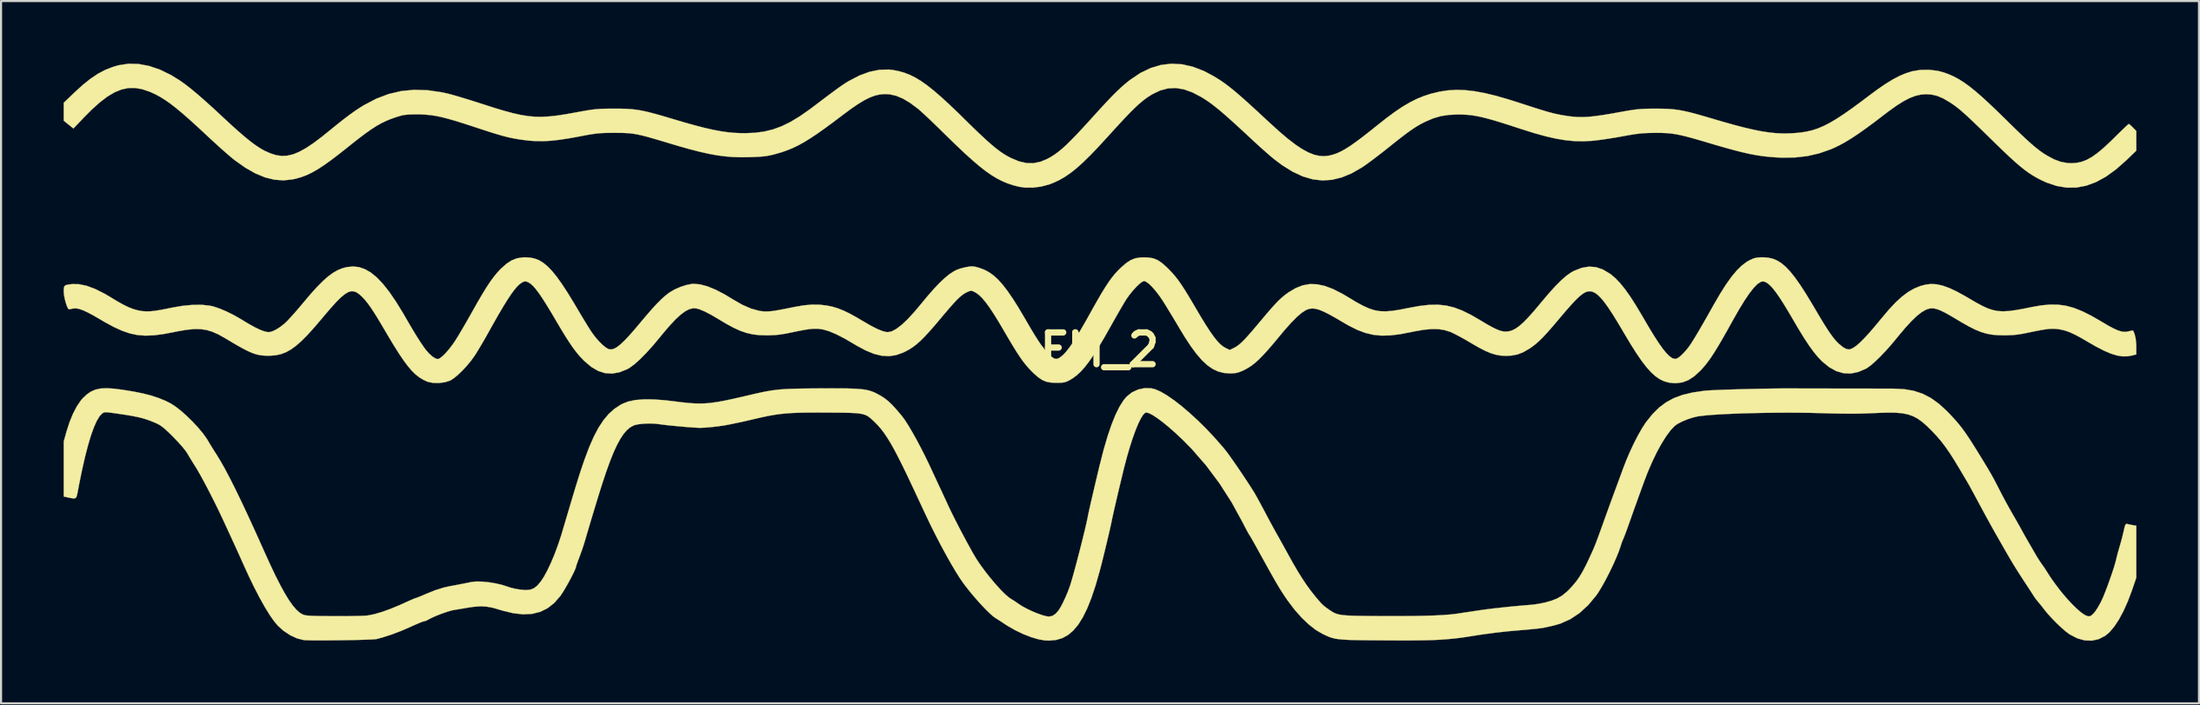
<source format=kicad_pcb>
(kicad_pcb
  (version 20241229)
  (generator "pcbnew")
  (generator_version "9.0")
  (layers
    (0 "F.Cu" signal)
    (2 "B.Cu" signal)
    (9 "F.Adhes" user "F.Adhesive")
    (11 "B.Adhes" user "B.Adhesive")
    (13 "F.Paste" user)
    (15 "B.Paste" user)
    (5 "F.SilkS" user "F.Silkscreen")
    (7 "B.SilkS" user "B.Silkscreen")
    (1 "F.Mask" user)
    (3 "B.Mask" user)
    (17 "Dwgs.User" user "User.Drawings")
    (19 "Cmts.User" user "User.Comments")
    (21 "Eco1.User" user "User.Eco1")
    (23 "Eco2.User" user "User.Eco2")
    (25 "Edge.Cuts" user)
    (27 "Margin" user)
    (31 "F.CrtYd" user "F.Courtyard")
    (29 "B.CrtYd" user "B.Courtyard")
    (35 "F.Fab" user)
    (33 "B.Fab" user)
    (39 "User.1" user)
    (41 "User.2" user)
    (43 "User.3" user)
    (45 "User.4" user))
  (footprint "FM_2"
    (layer "F.Cu")
    (at 49.646 13.72)
    (property "Reference" "FM_2" (at 0 0 0) (layer "F.SilkS") (effects (font (size 1.524 1.524) (thickness 0.3))))
    (attr through_hole)
    (fp_poly (pts (xy 3.957 -13.687) (xy 4.476 -13.569) (xy 5.006 -13.364) (xy 5.445 -13.132) (xy 5.632 -13.019) (xy 5.811 -12.904) (xy 5.99 -12.78) (xy 6.176 -12.641) (xy 6.378 -12.481) (xy 6.601 -12.294) (xy 6.855 -12.074) (xy 7.145 -11.814) (xy 7.479 -11.509) (xy 7.865 -11.152) (xy 8.16 -10.878) (xy 8.613 -10.467) (xy 9.018 -10.123) (xy 9.381 -9.843) (xy 9.709 -9.624) (xy 10.007 -9.462) (xy 10.282 -9.353) (xy 10.539 -9.295) (xy 10.786 -9.284) (xy 10.981 -9.306) (xy 11.17 -9.351) (xy 11.363 -9.416) (xy 11.566 -9.508) (xy 11.788 -9.631) (xy 12.039 -9.792) (xy 12.325 -9.994) (xy 12.655 -10.243) (xy 13.038 -10.544) (xy 13.287 -10.744) (xy 13.748 -11.108) (xy 14.161 -11.413) (xy 14.537 -11.665) (xy 14.889 -11.871) (xy 15.227 -12.039) (xy 15.563 -12.174) (xy 15.884 -12.277) (xy 16.284 -12.374) (xy 16.683 -12.436) (xy 17.09 -12.462) (xy 17.517 -12.449) (xy 17.972 -12.397) (xy 18.468 -12.306) (xy 19.013 -12.173) (xy 19.619 -11.998) (xy 20.074 -11.854) (xy 20.495 -11.717) (xy 20.842 -11.605) (xy 21.128 -11.515) (xy 21.364 -11.443) (xy 21.562 -11.387) (xy 21.732 -11.342) (xy 21.888 -11.306) (xy 22.04 -11.274) (xy 22.125 -11.258) (xy 22.41 -11.21) (xy 22.672 -11.177) (xy 22.925 -11.159) (xy 23.183 -11.157) (xy 23.46 -11.172) (xy 23.771 -11.205) (xy 24.13 -11.256) (xy 24.549 -11.326) (xy 24.932 -11.395) (xy 25.254 -11.453) (xy 25.514 -11.495) (xy 25.735 -11.525) (xy 25.944 -11.544) (xy 26.163 -11.555) (xy 26.42 -11.56) (xy 26.648 -11.561) (xy 26.964 -11.559) (xy 27.242 -11.55) (xy 27.5 -11.53) (xy 27.754 -11.497) (xy 28.018 -11.448) (xy 28.311 -11.38) (xy 28.647 -11.291) (xy 29.043 -11.177) (xy 29.277 -11.108) (xy 29.896 -10.927) (xy 30.441 -10.774) (xy 30.922 -10.649) (xy 31.35 -10.55) (xy 31.733 -10.474) (xy 32.083 -10.421) (xy 32.409 -10.387) (xy 32.72 -10.372) (xy 33.028 -10.374) (xy 33.311 -10.389) (xy 33.611 -10.417) (xy 33.892 -10.462) (xy 34.164 -10.526) (xy 34.434 -10.616) (xy 34.713 -10.735) (xy 35.008 -10.887) (xy 35.329 -11.078) (xy 35.684 -11.311) (xy 36.083 -11.591) (xy 36.534 -11.923) (xy 36.86 -12.17) (xy 37.292 -12.489) (xy 37.673 -12.75) (xy 38.015 -12.96) (xy 38.328 -13.125) (xy 38.624 -13.251) (xy 38.913 -13.344) (xy 38.947 -13.353) (xy 39.342 -13.419) (xy 39.768 -13.424) (xy 40.188 -13.37) (xy 40.453 -13.299) (xy 40.699 -13.21) (xy 40.937 -13.104) (xy 41.174 -12.977) (xy 41.419 -12.823) (xy 41.679 -12.636) (xy 41.962 -12.41) (xy 42.274 -12.139) (xy 42.624 -11.819) (xy 43.019 -11.443) (xy 43.413 -11.058) (xy 43.778 -10.698) (xy 44.09 -10.397) (xy 44.356 -10.145) (xy 44.585 -9.936) (xy 44.783 -9.763) (xy 44.96 -9.62) (xy 45.122 -9.498) (xy 45.279 -9.392) (xy 45.412 -9.309) (xy 45.755 -9.127) (xy 46.071 -9.011) (xy 46.382 -8.954) (xy 46.568 -8.946) (xy 46.82 -8.961) (xy 47.063 -9.012) (xy 47.304 -9.104) (xy 47.556 -9.243) (xy 47.826 -9.434) (xy 48.124 -9.684) (xy 48.46 -9.998) (xy 48.633 -10.168) (xy 48.832 -10.364) (xy 49.01 -10.538) (xy 49.157 -10.679) (xy 49.263 -10.778) (xy 49.32 -10.825) (xy 49.326 -10.828) (xy 49.371 -10.799) (xy 49.456 -10.724) (xy 49.521 -10.659) (xy 49.686 -10.49) (xy 49.686 -9.548) (xy 49.206 -9.085) (xy 48.715 -8.651) (xy 48.234 -8.303) (xy 47.76 -8.043) (xy 47.289 -7.869) (xy 46.82 -7.78) (xy 46.348 -7.776) (xy 45.871 -7.856) (xy 45.386 -8.019) (xy 45.125 -8.138) (xy 44.916 -8.247) (xy 44.717 -8.363) (xy 44.52 -8.492) (xy 44.316 -8.642) (xy 44.095 -8.819) (xy 43.851 -9.031) (xy 43.574 -9.284) (xy 43.257 -9.585) (xy 42.889 -9.941) (xy 42.734 -10.093) (xy 42.373 -10.447) (xy 42.066 -10.745) (xy 41.807 -10.993) (xy 41.587 -11.199) (xy 41.399 -11.368) (xy 41.236 -11.509) (xy 41.089 -11.627) (xy 40.951 -11.73) (xy 40.814 -11.824) (xy 40.736 -11.875) (xy 40.425 -12.056) (xy 40.144 -12.175) (xy 39.87 -12.238) (xy 39.615 -12.254) (xy 39.363 -12.236) (xy 39.107 -12.178) (xy 38.837 -12.076) (xy 38.542 -11.924) (xy 38.213 -11.718) (xy 37.841 -11.453) (xy 37.626 -11.29) (xy 37.153 -10.929) (xy 36.738 -10.622) (xy 36.371 -10.363) (xy 36.044 -10.145) (xy 35.747 -9.963) (xy 35.471 -9.812) (xy 35.208 -9.684) (xy 35.025 -9.606) (xy 34.482 -9.417) (xy 33.93 -9.29) (xy 33.351 -9.223) (xy 32.727 -9.212) (xy 32.417 -9.226) (xy 32.102 -9.25) (xy 31.797 -9.283) (xy 31.488 -9.329) (xy 31.164 -9.39) (xy 30.812 -9.469) (xy 30.419 -9.569) (xy 29.972 -9.692) (xy 29.459 -9.84) (xy 29.225 -9.91) (xy 28.785 -10.04) (xy 28.416 -10.146) (xy 28.106 -10.229) (xy 27.84 -10.292) (xy 27.605 -10.338) (xy 27.389 -10.37) (xy 27.176 -10.389) (xy 26.955 -10.398) (xy 26.711 -10.401) (xy 26.625 -10.4) (xy 26.351 -10.396) (xy 26.118 -10.387) (xy 25.9 -10.369) (xy 25.673 -10.341) (xy 25.412 -10.299) (xy 25.092 -10.242) (xy 25.044 -10.232) (xy 24.727 -10.176) (xy 24.395 -10.123) (xy 24.073 -10.075) (xy 23.79 -10.039) (xy 23.61 -10.02) (xy 23.193 -9.997) (xy 22.775 -10.005) (xy 22.344 -10.046) (xy 21.887 -10.121) (xy 21.391 -10.234) (xy 20.843 -10.385) (xy 20.23 -10.578) (xy 20.219 -10.581) (xy 19.711 -10.747) (xy 19.276 -10.886) (xy 18.904 -10.999) (xy 18.584 -11.088) (xy 18.306 -11.158) (xy 18.059 -11.209) (xy 17.832 -11.245) (xy 17.615 -11.267) (xy 17.398 -11.279) (xy 17.178 -11.282) (xy 16.742 -11.263) (xy 16.356 -11.204) (xy 15.987 -11.095) (xy 15.614 -10.936) (xy 15.437 -10.847) (xy 15.264 -10.75) (xy 15.084 -10.638) (xy 14.886 -10.503) (xy 14.66 -10.338) (xy 14.394 -10.134) (xy 14.079 -9.886) (xy 13.836 -9.691) (xy 13.571 -9.481) (xy 13.301 -9.273) (xy 13.043 -9.078) (xy 12.813 -8.909) (xy 12.628 -8.779) (xy 12.566 -8.738) (xy 12.079 -8.46) (xy 11.605 -8.264) (xy 11.139 -8.15) (xy 10.677 -8.12) (xy 10.213 -8.174) (xy 9.743 -8.312) (xy 9.262 -8.535) (xy 8.766 -8.842) (xy 8.368 -9.14) (xy 8.213 -9.269) (xy 8.012 -9.442) (xy 7.784 -9.644) (xy 7.548 -9.857) (xy 7.36 -10.031) (xy 6.94 -10.422) (xy 6.577 -10.756) (xy 6.263 -11.04) (xy 5.992 -11.28) (xy 5.755 -11.483) (xy 5.545 -11.653) (xy 5.356 -11.798) (xy 5.18 -11.924) (xy 5.009 -12.036) (xy 4.883 -12.114) (xy 4.449 -12.342) (xy 4.041 -12.488) (xy 3.653 -12.551) (xy 3.275 -12.532) (xy 2.9 -12.432) (xy 2.521 -12.248) (xy 2.313 -12.117) (xy 2.165 -12.01) (xy 2.012 -11.888) (xy 1.847 -11.745) (xy 1.665 -11.574) (xy 1.457 -11.367) (xy 1.218 -11.118) (xy 0.939 -10.819) (xy 0.615 -10.465) (xy 0.347 -10.17) (xy -0.073 -9.712) (xy -0.449 -9.32) (xy -0.789 -8.988) (xy -1.099 -8.71) (xy -1.388 -8.479) (xy -1.664 -8.29) (xy -1.934 -8.135) (xy -2.205 -8.009) (xy -2.423 -7.926) (xy -2.796 -7.827) (xy -3.186 -7.776) (xy -3.562 -7.775) (xy -3.855 -7.817) (xy -4.135 -7.889) (xy -4.402 -7.977) (xy -4.661 -8.085) (xy -4.921 -8.218) (xy -5.189 -8.381) (xy -5.472 -8.58) (xy -5.776 -8.819) (xy -6.109 -9.104) (xy -6.479 -9.439) (xy -6.892 -9.83) (xy -7.356 -10.282) (xy -7.442 -10.367) (xy -7.699 -10.62) (xy -7.953 -10.865) (xy -8.19 -11.091) (xy -8.401 -11.288) (xy -8.573 -11.446) (xy -8.696 -11.552) (xy -8.712 -11.565) (xy -9.084 -11.841) (xy -9.424 -12.044) (xy -9.744 -12.178) (xy -10.053 -12.248) (xy -10.273 -12.261) (xy -10.509 -12.245) (xy -10.748 -12.193) (xy -11 -12.101) (xy -11.275 -11.964) (xy -11.583 -11.777) (xy -11.935 -11.535) (xy -12.27 -11.286) (xy -12.748 -10.925) (xy -13.168 -10.617) (xy -13.537 -10.355) (xy -13.867 -10.136) (xy -14.166 -9.952) (xy -14.443 -9.799) (xy -14.708 -9.672) (xy -14.97 -9.565) (xy -15.237 -9.472) (xy -15.521 -9.39) (xy -15.593 -9.37) (xy -15.779 -9.325) (xy -15.957 -9.292) (xy -16.151 -9.269) (xy -16.382 -9.252) (xy -16.672 -9.24) (xy -16.8 -9.236) (xy -17.191 -9.232) (xy -17.566 -9.243) (xy -17.936 -9.273) (xy -18.315 -9.322) (xy -18.716 -9.395) (xy -19.151 -9.492) (xy -19.635 -9.616) (xy -20.179 -9.77) (xy -20.6 -9.895) (xy -21.03 -10.025) (xy -21.388 -10.13) (xy -21.686 -10.214) (xy -21.938 -10.278) (xy -22.156 -10.326) (xy -22.354 -10.36) (xy -22.543 -10.382) (xy -22.738 -10.394) (xy -22.951 -10.4) (xy -23.194 -10.401) (xy -23.239 -10.401) (xy -23.533 -10.4) (xy -23.771 -10.394) (xy -23.977 -10.382) (xy -24.178 -10.36) (xy -24.398 -10.327) (xy -24.662 -10.28) (xy -24.891 -10.236) (xy -25.416 -10.14) (xy -25.873 -10.07) (xy -26.278 -10.024) (xy -26.648 -10.003) (xy -27 -10.004) (xy -27.351 -10.028) (xy -27.717 -10.074) (xy -27.873 -10.098) (xy -28.063 -10.132) (xy -28.247 -10.169) (xy -28.439 -10.214) (xy -28.651 -10.271) (xy -28.896 -10.342) (xy -29.186 -10.432) (xy -29.533 -10.544) (xy -29.951 -10.681) (xy -29.995 -10.696) (xy -30.477 -10.853) (xy -30.889 -10.981) (xy -31.242 -11.082) (xy -31.55 -11.16) (xy -31.825 -11.216) (xy -32.079 -11.254) (xy -32.325 -11.277) (xy -32.575 -11.287) (xy -32.708 -11.288) (xy -32.968 -11.285) (xy -33.165 -11.276) (xy -33.323 -11.259) (xy -33.47 -11.228) (xy -33.629 -11.182) (xy -33.688 -11.164) (xy -33.947 -11.074) (xy -34.188 -10.976) (xy -34.422 -10.863) (xy -34.662 -10.727) (xy -34.918 -10.561) (xy -35.203 -10.359) (xy -35.528 -10.113) (xy -35.904 -9.816) (xy -36.006 -9.734) (xy -36.445 -9.386) (xy -36.83 -9.093) (xy -37.169 -8.851) (xy -37.471 -8.654) (xy -37.747 -8.497) (xy -38.006 -8.373) (xy -38.256 -8.279) (xy -38.508 -8.207) (xy -38.672 -8.171) (xy -39.105 -8.124) (xy -39.545 -8.155) (xy -39.994 -8.266) (xy -40.458 -8.458) (xy -40.939 -8.731) (xy -41.443 -9.088) (xy -41.538 -9.164) (xy -41.684 -9.285) (xy -41.88 -9.455) (xy -42.112 -9.66) (xy -42.364 -9.888) (xy -42.623 -10.126) (xy -42.793 -10.284) (xy -43.233 -10.694) (xy -43.62 -11.045) (xy -43.961 -11.343) (xy -44.263 -11.594) (xy -44.534 -11.804) (xy -44.782 -11.978) (xy -45.015 -12.123) (xy -45.239 -12.245) (xy -45.463 -12.348) (xy -45.53 -12.376) (xy -45.879 -12.494) (xy -46.214 -12.553) (xy -46.541 -12.55) (xy -46.867 -12.482) (xy -47.2 -12.348) (xy -47.544 -12.144) (xy -47.909 -11.867) (xy -48.299 -11.516) (xy -48.673 -11.14) (xy -49.177 -10.61) (xy -49.409 -10.797) (xy -49.641 -10.984) (xy -49.641 -11.844) (xy -49.144 -12.32) (xy -48.739 -12.69) (xy -48.365 -12.99) (xy -48.008 -13.23) (xy -47.656 -13.417) (xy -47.294 -13.559) (xy -47.013 -13.641) (xy -46.544 -13.714) (xy -46.054 -13.702) (xy -45.547 -13.607) (xy -45.027 -13.43) (xy -44.497 -13.171) (xy -44.08 -12.913) (xy -43.832 -12.737) (xy -43.553 -12.52) (xy -43.237 -12.257) (xy -42.878 -11.944) (xy -42.469 -11.575) (xy -42.035 -11.172) (xy -41.623 -10.791) (xy -41.265 -10.469) (xy -40.953 -10.201) (xy -40.681 -9.98) (xy -40.44 -9.802) (xy -40.224 -9.66) (xy -40.025 -9.548) (xy -39.994 -9.532) (xy -39.71 -9.408) (xy -39.442 -9.327) (xy -39.18 -9.293) (xy -38.916 -9.308) (xy -38.641 -9.374) (xy -38.349 -9.495) (xy -38.029 -9.672) (xy -37.674 -9.909) (xy -37.276 -10.208) (xy -36.909 -10.504) (xy -36.53 -10.812) (xy -36.204 -11.069) (xy -35.918 -11.284) (xy -35.662 -11.467) (xy -35.421 -11.625) (xy -35.243 -11.734) (xy -34.658 -12.04) (xy -34.068 -12.263) (xy -33.467 -12.404) (xy -32.847 -12.464) (xy -32.2 -12.444) (xy -31.52 -12.345) (xy -31.238 -12.283) (xy -31.069 -12.239) (xy -30.833 -12.172) (xy -30.545 -12.086) (xy -30.222 -11.988) (xy -29.882 -11.881) (xy -29.544 -11.772) (xy -29.001 -11.598) (xy -28.527 -11.456) (xy -28.109 -11.343) (xy -27.732 -11.259) (xy -27.384 -11.203) (xy -27.051 -11.173) (xy -26.718 -11.169) (xy -26.373 -11.188) (xy -26.001 -11.229) (xy -25.59 -11.292) (xy -25.155 -11.37) (xy -24.82 -11.431) (xy -24.552 -11.478) (xy -24.331 -11.512) (xy -24.135 -11.535) (xy -23.945 -11.549) (xy -23.74 -11.557) (xy -23.499 -11.561) (xy -23.261 -11.562) (xy -22.944 -11.56) (xy -22.666 -11.552) (xy -22.411 -11.534) (xy -22.164 -11.505) (xy -21.91 -11.461) (xy -21.634 -11.4) (xy -21.32 -11.318) (xy -20.953 -11.215) (xy -20.518 -11.085) (xy -20.476 -11.073) (xy -19.889 -10.899) (xy -19.373 -10.755) (xy -18.919 -10.638) (xy -18.514 -10.546) (xy -18.147 -10.477) (xy -17.808 -10.429) (xy -17.485 -10.399) (xy -17.166 -10.386) (xy -16.994 -10.384) (xy -16.517 -10.404) (xy -16.075 -10.462) (xy -15.652 -10.565) (xy -15.236 -10.717) (xy -14.814 -10.924) (xy -14.37 -11.192) (xy -13.893 -11.525) (xy -13.732 -11.645) (xy -13.378 -11.913) (xy -13.086 -12.134) (xy -12.847 -12.313) (xy -12.652 -12.457) (xy -12.493 -12.572) (xy -12.36 -12.665) (xy -12.246 -12.742) (xy -12.14 -12.81) (xy -12.035 -12.874) (xy -12.009 -12.889) (xy -11.51 -13.149) (xy -11.023 -13.328) (xy -10.552 -13.424) (xy -10.1 -13.436) (xy -9.901 -13.414) (xy -9.626 -13.36) (xy -9.362 -13.286) (xy -9.102 -13.186) (xy -8.839 -13.057) (xy -8.566 -12.892) (xy -8.275 -12.688) (xy -7.959 -12.438) (xy -7.612 -12.139) (xy -7.225 -11.786) (xy -6.793 -11.373) (xy -6.466 -11.052) (xy -6.077 -10.671) (xy -5.742 -10.349) (xy -5.451 -10.078) (xy -5.198 -9.853) (xy -4.975 -9.667) (xy -4.773 -9.514) (xy -4.585 -9.386) (xy -4.403 -9.278) (xy -4.256 -9.2) (xy -3.866 -9.036) (xy -3.505 -8.952) (xy -3.159 -8.947) (xy -2.817 -9.02) (xy -2.524 -9.143) (xy -2.347 -9.238) (xy -2.174 -9.347) (xy -1.997 -9.474) (xy -1.809 -9.627) (xy -1.604 -9.813) (xy -1.373 -10.039) (xy -1.109 -10.31) (xy -0.806 -10.633) (xy -0.456 -11.016) (xy -0.303 -11.185) (xy 0.042 -11.565) (xy 0.34 -11.886) (xy 0.597 -12.156) (xy 0.824 -12.383) (xy 1.029 -12.576) (xy 1.221 -12.745) (xy 1.407 -12.896) (xy 1.471 -12.945) (xy 1.957 -13.271) (xy 2.447 -13.507) (xy 2.943 -13.656) (xy 3.446 -13.715) (xy 3.957 -13.687)) (stroke (width 0.01) (type solid)) (fill yes) (layer "F.SilkS"))
    (fp_poly (pts (xy 32.028 -4.419) (xy 32.247 -4.373) (xy 32.458 -4.288) (xy 32.666 -4.162) (xy 32.877 -3.987) (xy 33.094 -3.759) (xy 33.324 -3.472) (xy 33.572 -3.123) (xy 33.843 -2.704) (xy 34.142 -2.211) (xy 34.29 -1.961) (xy 34.528 -1.557) (xy 34.73 -1.224) (xy 34.904 -0.951) (xy 35.056 -0.73) (xy 35.19 -0.551) (xy 35.315 -0.406) (xy 35.429 -0.292) (xy 35.627 -0.127) (xy 35.792 -0.037) (xy 35.932 -0.017) (xy 35.978 -0.027) (xy 36.113 -0.088) (xy 36.27 -0.196) (xy 36.453 -0.355) (xy 36.668 -0.571) (xy 36.92 -0.847) (xy 37.212 -1.189) (xy 37.484 -1.519) (xy 37.835 -1.934) (xy 38.156 -2.275) (xy 38.457 -2.55) (xy 38.745 -2.767) (xy 39.031 -2.932) (xy 39.321 -3.053) (xy 39.333 -3.057) (xy 39.596 -3.127) (xy 39.855 -3.156) (xy 40.122 -3.14) (xy 40.406 -3.077) (xy 40.72 -2.964) (xy 41.074 -2.799) (xy 41.478 -2.577) (xy 41.665 -2.468) (xy 42.006 -2.268) (xy 42.299 -2.11) (xy 42.559 -1.99) (xy 42.802 -1.908) (xy 43.043 -1.86) (xy 43.297 -1.844) (xy 43.579 -1.859) (xy 43.905 -1.902) (xy 44.288 -1.971) (xy 44.667 -2.048) (xy 45.128 -2.129) (xy 45.546 -2.169) (xy 45.938 -2.164) (xy 46.317 -2.112) (xy 46.698 -2.008) (xy 47.096 -1.85) (xy 47.526 -1.635) (xy 48.004 -1.36) (xy 48.03 -1.344) (xy 48.346 -1.157) (xy 48.604 -1.02) (xy 48.814 -0.927) (xy 48.989 -0.875) (xy 49.141 -0.859) (xy 49.282 -0.876) (xy 49.315 -0.884) (xy 49.436 -0.914) (xy 49.514 -0.927) (xy 49.529 -0.926) (xy 49.595 -0.786) (xy 49.647 -0.584) (xy 49.678 -0.344) (xy 49.686 -0.157) (xy 49.686 0.219) (xy 49.519 0.265) (xy 49.279 0.311) (xy 49.031 0.315) (xy 48.765 0.273) (xy 48.47 0.183) (xy 48.139 0.041) (xy 47.76 -0.154) (xy 47.361 -0.384) (xy 47.018 -0.584) (xy 46.731 -0.736) (xy 46.485 -0.848) (xy 46.264 -0.925) (xy 46.054 -0.974) (xy 46.01 -0.982) (xy 45.852 -1.002) (xy 45.698 -1.01) (xy 45.533 -1.005) (xy 45.34 -0.983) (xy 45.104 -0.944) (xy 44.808 -0.886) (xy 44.561 -0.835) (xy 44.251 -0.772) (xy 43.992 -0.731) (xy 43.753 -0.707) (xy 43.498 -0.697) (xy 43.358 -0.695) (xy 43.044 -0.702) (xy 42.762 -0.728) (xy 42.497 -0.779) (xy 42.233 -0.859) (xy 41.955 -0.974) (xy 41.646 -1.13) (xy 41.291 -1.331) (xy 41.063 -1.468) (xy 40.758 -1.649) (xy 40.513 -1.785) (xy 40.314 -1.881) (xy 40.148 -1.945) (xy 40.003 -1.983) (xy 39.975 -1.988) (xy 39.802 -1.987) (xy 39.614 -1.928) (xy 39.405 -1.809) (xy 39.171 -1.626) (xy 38.909 -1.375) (xy 38.614 -1.053) (xy 38.281 -0.657) (xy 38.218 -0.579) (xy 37.944 -0.25) (xy 37.67 0.059) (xy 37.405 0.336) (xy 37.159 0.573) (xy 36.943 0.759) (xy 36.766 0.885) (xy 36.736 0.902) (xy 36.363 1.062) (xy 36.003 1.136) (xy 35.653 1.122) (xy 35.308 1.021) (xy 34.968 0.832) (xy 34.632 0.558) (xy 34.434 0.352) (xy 34.224 0.098) (xy 33.999 -0.213) (xy 33.753 -0.587) (xy 33.481 -1.031) (xy 33.289 -1.359) (xy 33.022 -1.814) (xy 32.791 -2.195) (xy 32.59 -2.508) (xy 32.415 -2.759) (xy 32.262 -2.953) (xy 32.127 -3.097) (xy 32.005 -3.197) (xy 31.938 -3.237) (xy 31.824 -3.28) (xy 31.718 -3.266) (xy 31.677 -3.25) (xy 31.528 -3.153) (xy 31.35 -2.971) (xy 31.143 -2.707) (xy 30.908 -2.36) (xy 30.644 -1.93) (xy 30.353 -1.419) (xy 30.342 -1.398) (xy 30.076 -0.92) (xy 29.845 -0.513) (xy 29.643 -0.169) (xy 29.464 0.122) (xy 29.303 0.368) (xy 29.153 0.577) (xy 29.01 0.759) (xy 28.868 0.921) (xy 28.797 0.997) (xy 28.509 1.262) (xy 28.23 1.447) (xy 27.947 1.557) (xy 27.648 1.599) (xy 27.503 1.597) (xy 27.275 1.569) (xy 27.059 1.509) (xy 26.851 1.41) (xy 26.644 1.268) (xy 26.433 1.077) (xy 26.213 0.832) (xy 25.979 0.528) (xy 25.726 0.158) (xy 25.447 -0.282) (xy 25.139 -0.798) (xy 25.111 -0.847) (xy 24.832 -1.316) (xy 24.588 -1.711) (xy 24.374 -2.036) (xy 24.185 -2.296) (xy 24.018 -2.496) (xy 23.867 -2.642) (xy 23.729 -2.739) (xy 23.6 -2.793) (xy 23.485 -2.807) (xy 23.381 -2.795) (xy 23.269 -2.753) (xy 23.144 -2.676) (xy 22.998 -2.558) (xy 22.826 -2.393) (xy 22.622 -2.177) (xy 22.378 -1.902) (xy 22.09 -1.564) (xy 21.993 -1.448) (xy 21.707 -1.111) (xy 21.465 -0.835) (xy 21.257 -0.61) (xy 21.072 -0.428) (xy 20.902 -0.277) (xy 20.736 -0.149) (xy 20.59 -0.05) (xy 20.297 0.119) (xy 20.022 0.224) (xy 19.733 0.277) (xy 19.473 0.289) (xy 19.232 0.277) (xy 18.996 0.236) (xy 18.751 0.162) (xy 18.481 0.048) (xy 18.173 -0.111) (xy 17.812 -0.32) (xy 17.762 -0.35) (xy 17.52 -0.492) (xy 17.275 -0.628) (xy 17.048 -0.747) (xy 16.864 -0.836) (xy 16.8 -0.863) (xy 16.53 -0.947) (xy 16.237 -0.992) (xy 15.91 -0.996) (xy 15.534 -0.961) (xy 15.096 -0.885) (xy 14.936 -0.851) (xy 14.405 -0.749) (xy 13.937 -0.691) (xy 13.514 -0.681) (xy 13.12 -0.72) (xy 12.739 -0.811) (xy 12.355 -0.955) (xy 11.952 -1.156) (xy 11.697 -1.302) (xy 11.322 -1.523) (xy 11.01 -1.697) (xy 10.753 -1.826) (xy 10.54 -1.915) (xy 10.362 -1.966) (xy 10.21 -1.983) (xy 10.073 -1.969) (xy 9.942 -1.927) (xy 9.886 -1.901) (xy 9.692 -1.777) (xy 9.457 -1.576) (xy 9.184 -1.3) (xy 8.872 -0.951) (xy 8.679 -0.719) (xy 8.362 -0.337) (xy 8.089 -0.019) (xy 7.851 0.243) (xy 7.642 0.456) (xy 7.452 0.628) (xy 7.272 0.767) (xy 7.096 0.88) (xy 6.915 0.976) (xy 6.857 1.003) (xy 6.675 1.077) (xy 6.513 1.116) (xy 6.326 1.13) (xy 6.239 1.131) (xy 5.955 1.108) (xy 5.686 1.039) (xy 5.427 0.919) (xy 5.172 0.743) (xy 4.916 0.506) (xy 4.652 0.203) (xy 4.375 -0.171) (xy 4.08 -0.621) (xy 3.853 -0.995) (xy 3.685 -1.279) (xy 3.506 -1.576) (xy 3.332 -1.863) (xy 3.176 -2.118) (xy 3.058 -2.309) (xy 2.876 -2.579) (xy 2.692 -2.82) (xy 2.515 -3.023) (xy 2.354 -3.177) (xy 2.219 -3.271) (xy 2.133 -3.298) (xy 2.045 -3.263) (xy 1.919 -3.168) (xy 1.769 -3.026) (xy 1.607 -2.849) (xy 1.446 -2.652) (xy 1.299 -2.447) (xy 1.287 -2.429) (xy 1.207 -2.3) (xy 1.094 -2.109) (xy 0.955 -1.871) (xy 0.8 -1.601) (xy 0.637 -1.314) (xy 0.538 -1.136) (xy 0.239 -0.608) (xy -0.03 -0.154) (xy -0.273 0.231) (xy -0.496 0.554) (xy -0.702 0.822) (xy -0.899 1.042) (xy -1.09 1.219) (xy -1.28 1.361) (xy -1.426 1.449) (xy -1.556 1.514) (xy -1.669 1.554) (xy -1.797 1.574) (xy -1.968 1.581) (xy -2.072 1.582) (xy -2.331 1.57) (xy -2.548 1.529) (xy -2.744 1.448) (xy -2.939 1.317) (xy -3.154 1.128) (xy -3.256 1.028) (xy -3.399 0.878) (xy -3.536 0.719) (xy -3.675 0.542) (xy -3.821 0.334) (xy -3.983 0.087) (xy -4.167 -0.211) (xy -4.38 -0.568) (xy -4.569 -0.891) (xy -4.837 -1.346) (xy -5.072 -1.726) (xy -5.28 -2.039) (xy -5.464 -2.289) (xy -5.629 -2.485) (xy -5.781 -2.632) (xy -5.924 -2.736) (xy -5.982 -2.768) (xy -6.09 -2.819) (xy -6.167 -2.832) (xy -6.255 -2.807) (xy -6.34 -2.77) (xy -6.457 -2.71) (xy -6.574 -2.631) (xy -6.701 -2.527) (xy -6.846 -2.387) (xy -7.017 -2.204) (xy -7.223 -1.97) (xy -7.472 -1.677) (xy -7.558 -1.574) (xy -7.871 -1.202) (xy -8.141 -0.893) (xy -8.374 -0.64) (xy -8.581 -0.433) (xy -8.771 -0.265) (xy -8.951 -0.127) (xy -9.132 -0.012) (xy -9.322 0.089) (xy -9.428 0.138) (xy -9.756 0.255) (xy -10.089 0.304) (xy -10.435 0.284) (xy -10.803 0.195) (xy -11.2 0.034) (xy -11.636 -0.199) (xy -11.742 -0.263) (xy -12.207 -0.535) (xy -12.614 -0.744) (xy -12.961 -0.891) (xy -13.248 -0.974) (xy -13.287 -0.982) (xy -13.444 -1.004) (xy -13.598 -1.013) (xy -13.765 -1.007) (xy -13.959 -0.986) (xy -14.196 -0.947) (xy -14.493 -0.889) (xy -14.75 -0.835) (xy -15.064 -0.772) (xy -15.326 -0.731) (xy -15.57 -0.706) (xy -15.83 -0.696) (xy -15.953 -0.694) (xy -16.298 -0.704) (xy -16.613 -0.74) (xy -16.914 -0.808) (xy -17.22 -0.913) (xy -17.546 -1.062) (xy -17.909 -1.26) (xy -18.222 -1.447) (xy -18.605 -1.673) (xy -18.924 -1.839) (xy -19.177 -1.945) (xy -19.336 -1.987) (xy -19.501 -1.99) (xy -19.677 -1.942) (xy -19.869 -1.84) (xy -20.082 -1.68) (xy -20.322 -1.458) (xy -20.594 -1.168) (xy -20.903 -0.808) (xy -21.053 -0.624) (xy -21.403 -0.205) (xy -21.731 0.158) (xy -22.032 0.462) (xy -22.301 0.701) (xy -22.533 0.87) (xy -22.632 0.926) (xy -23.003 1.075) (xy -23.356 1.139) (xy -23.698 1.118) (xy -24.031 1.011) (xy -24.362 0.817) (xy -24.695 0.535) (xy -24.735 0.495) (xy -24.904 0.317) (xy -25.069 0.12) (xy -25.239 -0.106) (xy -25.422 -0.373) (xy -25.624 -0.69) (xy -25.854 -1.069) (xy -26.025 -1.359) (xy -26.288 -1.805) (xy -26.515 -2.177) (xy -26.71 -2.483) (xy -26.878 -2.729) (xy -27.024 -2.92) (xy -27.151 -3.064) (xy -27.265 -3.166) (xy -27.371 -3.234) (xy -27.383 -3.24) (xy -27.49 -3.281) (xy -27.574 -3.276) (xy -27.665 -3.234) (xy -27.777 -3.161) (xy -27.9 -3.046) (xy -28.038 -2.886) (xy -28.194 -2.675) (xy -28.372 -2.408) (xy -28.576 -2.08) (xy -28.809 -1.684) (xy -29.075 -1.217) (xy -29.252 -0.899) (xy -29.404 -0.628) (xy -29.562 -0.354) (xy -29.713 -0.098) (xy -29.845 0.12) (xy -29.933 0.26) (xy -30.113 0.511) (xy -30.32 0.762) (xy -30.539 0.999) (xy -30.755 1.206) (xy -30.954 1.369) (xy -31.121 1.473) (xy -31.131 1.478) (xy -31.378 1.555) (xy -31.658 1.591) (xy -31.938 1.586) (xy -32.183 1.537) (xy -32.228 1.521) (xy -32.42 1.431) (xy -32.602 1.319) (xy -32.781 1.178) (xy -32.963 0.999) (xy -33.152 0.777) (xy -33.355 0.505) (xy -33.578 0.176) (xy -33.826 -0.218) (xy -34.105 -0.683) (xy -34.201 -0.847) (xy -34.436 -1.245) (xy -34.635 -1.575) (xy -34.805 -1.845) (xy -34.952 -2.065) (xy -35.083 -2.244) (xy -35.203 -2.391) (xy -35.319 -2.517) (xy -35.334 -2.532) (xy -35.475 -2.662) (xy -35.607 -2.754) (xy -35.736 -2.804) (xy -35.869 -2.808) (xy -36.012 -2.764) (xy -36.173 -2.667) (xy -36.357 -2.515) (xy -36.571 -2.303) (xy -36.821 -2.028) (xy -37.115 -1.686) (xy -37.277 -1.492) (xy -37.638 -1.069) (xy -37.957 -0.716) (xy -38.245 -0.426) (xy -38.507 -0.195) (xy -38.753 -0.016) (xy -38.99 0.115) (xy -39.226 0.205) (xy -39.469 0.259) (xy -39.727 0.281) (xy -39.838 0.283) (xy -40.027 0.278) (xy -40.2 0.262) (xy -40.368 0.229) (xy -40.544 0.176) (xy -40.737 0.097) (xy -40.96 -0.012) (xy -41.225 -0.156) (xy -41.541 -0.339) (xy -41.91 -0.559) (xy -42.223 -0.735) (xy -42.513 -0.864) (xy -42.794 -0.95) (xy -43.085 -0.992) (xy -43.402 -0.995) (xy -43.762 -0.959) (xy -44.181 -0.887) (xy -44.356 -0.851) (xy -44.869 -0.754) (xy -45.319 -0.696) (xy -45.725 -0.68) (xy -46.103 -0.709) (xy -46.47 -0.785) (xy -46.844 -0.913) (xy -47.241 -1.094) (xy -47.68 -1.332) (xy -47.882 -1.451) (xy -48.225 -1.65) (xy -48.507 -1.8) (xy -48.736 -1.904) (xy -48.921 -1.966) (xy -49.073 -1.989) (xy -49.201 -1.978) (xy -49.208 -1.977) (xy -49.318 -1.952) (xy -49.388 -1.94) (xy -49.39 -1.94) (xy -49.434 -1.979) (xy -49.485 -2.085) (xy -49.537 -2.236) (xy -49.585 -2.412) (xy -49.621 -2.59) (xy -49.639 -2.75) (xy -49.641 -2.791) (xy -49.638 -2.941) (xy -49.617 -3.036) (xy -49.561 -3.091) (xy -49.453 -3.123) (xy -49.275 -3.145) (xy -49.241 -3.149) (xy -48.911 -3.145) (xy -48.544 -3.069) (xy -48.138 -2.918) (xy -47.689 -2.693) (xy -47.409 -2.528) (xy -47.072 -2.324) (xy -46.792 -2.168) (xy -46.553 -2.05) (xy -46.341 -1.965) (xy -46.142 -1.905) (xy -46.059 -1.886) (xy -45.878 -1.855) (xy -45.696 -1.841) (xy -45.498 -1.845) (xy -45.267 -1.869) (xy -44.988 -1.914) (xy -44.645 -1.981) (xy -44.495 -2.013) (xy -43.964 -2.106) (xy -43.468 -2.154) (xy -43.018 -2.157) (xy -42.626 -2.113) (xy -42.467 -2.077) (xy -42.178 -1.98) (xy -41.847 -1.841) (xy -41.503 -1.67) (xy -41.173 -1.483) (xy -41.152 -1.47) (xy -40.787 -1.25) (xy -40.485 -1.082) (xy -40.236 -0.962) (xy -40.034 -0.886) (xy -39.87 -0.85) (xy -39.806 -0.847) (xy -39.662 -0.878) (xy -39.478 -0.963) (xy -39.272 -1.092) (xy -39.066 -1.253) (xy -39.018 -1.296) (xy -38.91 -1.403) (xy -38.76 -1.565) (xy -38.58 -1.765) (xy -38.386 -1.99) (xy -38.189 -2.224) (xy -38.171 -2.245) (xy -37.82 -2.661) (xy -37.508 -3.007) (xy -37.228 -3.29) (xy -36.974 -3.515) (xy -36.736 -3.69) (xy -36.509 -3.82) (xy -36.283 -3.911) (xy -36.066 -3.967) (xy -35.773 -3.995) (xy -35.487 -3.963) (xy -35.205 -3.866) (xy -34.922 -3.703) (xy -34.636 -3.469) (xy -34.344 -3.161) (xy -34.04 -2.778) (xy -33.723 -2.315) (xy -33.388 -1.771) (xy -33.279 -1.582) (xy -33.002 -1.105) (xy -32.761 -0.705) (xy -32.554 -0.379) (xy -32.379 -0.121) (xy -32.294 -0.007) (xy -32.137 0.174) (xy -31.976 0.319) (xy -31.828 0.414) (xy -31.715 0.446) (xy -31.622 0.41) (xy -31.493 0.31) (xy -31.339 0.158) (xy -31.172 -0.035) (xy -31.002 -0.257) (xy -30.904 -0.4) (xy -30.8 -0.563) (xy -30.665 -0.786) (xy -30.507 -1.053) (xy -30.337 -1.346) (xy -30.165 -1.648) (xy -30.077 -1.805) (xy -29.819 -2.262) (xy -29.593 -2.649) (xy -29.394 -2.974) (xy -29.214 -3.247) (xy -29.048 -3.477) (xy -28.889 -3.673) (xy -28.732 -3.844) (xy -28.695 -3.881) (xy -28.431 -4.119) (xy -28.182 -4.284) (xy -27.929 -4.384) (xy -27.654 -4.429) (xy -27.517 -4.434) (xy -27.288 -4.42) (xy -27.073 -4.375) (xy -26.866 -4.295) (xy -26.662 -4.172) (xy -26.456 -4.004) (xy -26.243 -3.783) (xy -26.017 -3.506) (xy -25.774 -3.166) (xy -25.507 -2.76) (xy -25.213 -2.28) (xy -24.997 -1.916) (xy -24.841 -1.652) (xy -24.683 -1.391) (xy -24.535 -1.15) (xy -24.409 -0.95) (xy -24.318 -0.812) (xy -24.158 -0.599) (xy -23.983 -0.4) (xy -23.809 -0.229) (xy -23.65 -0.101) (xy -23.522 -0.031) (xy -23.507 -0.026) (xy -23.395 -0.018) (xy -23.272 -0.05) (xy -23.13 -0.127) (xy -22.966 -0.255) (xy -22.772 -0.437) (xy -22.543 -0.679) (xy -22.274 -0.986) (xy -22.035 -1.27) (xy -21.723 -1.641) (xy -21.456 -1.948) (xy -21.225 -2.199) (xy -21.022 -2.403) (xy -20.84 -2.569) (xy -20.671 -2.704) (xy -20.585 -2.764) (xy -20.351 -2.899) (xy -20.082 -3.016) (xy -19.807 -3.105) (xy -19.556 -3.156) (xy -19.441 -3.164) (xy -19.13 -3.133) (xy -18.783 -3.039) (xy -18.395 -2.88) (xy -17.962 -2.654) (xy -17.557 -2.409) (xy -17.119 -2.158) (xy -16.704 -1.977) (xy -16.32 -1.87) (xy -16.145 -1.845) (xy -16.02 -1.838) (xy -15.891 -1.839) (xy -15.745 -1.85) (xy -15.567 -1.873) (xy -15.345 -1.911) (xy -15.065 -1.965) (xy -14.714 -2.036) (xy -14.661 -2.047) (xy -14.198 -2.129) (xy -13.791 -2.167) (xy -13.416 -2.163) (xy -13.06 -2.12) (xy -12.797 -2.065) (xy -12.54 -1.988) (xy -12.274 -1.882) (xy -11.982 -1.742) (xy -11.649 -1.559) (xy -11.325 -1.367) (xy -10.963 -1.158) (xy -10.663 -1.004) (xy -10.419 -0.903) (xy -10.224 -0.853) (xy -10.138 -0.847) (xy -9.955 -0.886) (xy -9.735 -1.004) (xy -9.481 -1.199) (xy -9.196 -1.467) (xy -8.882 -1.808) (xy -8.623 -2.116) (xy -8.269 -2.544) (xy -7.957 -2.902) (xy -7.679 -3.196) (xy -7.431 -3.432) (xy -7.206 -3.617) (xy -6.997 -3.755) (xy -6.84 -3.836) (xy -6.698 -3.887) (xy -6.514 -3.938) (xy -6.368 -3.969) (xy -6.202 -3.996) (xy -6.072 -3.999) (xy -5.94 -3.978) (xy -5.765 -3.929) (xy -5.761 -3.928) (xy -5.526 -3.841) (xy -5.302 -3.723) (xy -5.084 -3.568) (xy -4.866 -3.369) (xy -4.642 -3.121) (xy -4.407 -2.816) (xy -4.155 -2.449) (xy -3.88 -2.013) (xy -3.578 -1.502) (xy -3.534 -1.426) (xy -3.305 -1.032) (xy -3.109 -0.707) (xy -2.939 -0.44) (xy -2.789 -0.221) (xy -2.65 -0.039) (xy -2.517 0.118) (xy -2.449 0.189) (xy -2.289 0.342) (xy -2.16 0.424) (xy -2.043 0.437) (xy -1.919 0.384) (xy -1.769 0.265) (xy -1.766 0.263) (xy -1.608 0.099) (xy -1.421 -0.142) (xy -1.206 -0.459) (xy -0.962 -0.854) (xy -0.686 -1.331) (xy -0.545 -1.582) (xy -0.291 -2.039) (xy -0.071 -2.425) (xy 0.119 -2.75) (xy 0.288 -3.023) (xy 0.439 -3.252) (xy 0.58 -3.447) (xy 0.715 -3.615) (xy 0.852 -3.767) (xy 0.996 -3.911) (xy 1.041 -3.954) (xy 1.276 -4.157) (xy 1.486 -4.296) (xy 1.695 -4.382) (xy 1.926 -4.423) (xy 2.139 -4.432) (xy 2.385 -4.42) (xy 2.594 -4.379) (xy 2.785 -4.3) (xy 2.977 -4.172) (xy 3.191 -3.986) (xy 3.323 -3.857) (xy 3.474 -3.699) (xy 3.618 -3.534) (xy 3.761 -3.351) (xy 3.911 -3.138) (xy 4.076 -2.885) (xy 4.264 -2.581) (xy 4.483 -2.213) (xy 4.591 -2.028) (xy 4.861 -1.57) (xy 5.097 -1.186) (xy 5.303 -0.87) (xy 5.485 -0.615) (xy 5.646 -0.415) (xy 5.792 -0.263) (xy 5.928 -0.154) (xy 6.038 -0.089) (xy 6.239 0.008) (xy 6.441 -0.09) (xy 6.548 -0.149) (xy 6.658 -0.226) (xy 6.78 -0.33) (xy 6.921 -0.468) (xy 7.088 -0.647) (xy 7.291 -0.877) (xy 7.535 -1.164) (xy 7.717 -1.381) (xy 7.989 -1.704) (xy 8.215 -1.967) (xy 8.407 -2.179) (xy 8.573 -2.352) (xy 8.724 -2.494) (xy 8.87 -2.616) (xy 9.02 -2.727) (xy 9.063 -2.758) (xy 9.399 -2.958) (xy 9.732 -3.089) (xy 10.071 -3.151) (xy 10.423 -3.141) (xy 10.798 -3.061) (xy 11.202 -2.908) (xy 11.643 -2.683) (xy 11.912 -2.524) (xy 12.291 -2.295) (xy 12.616 -2.117) (xy 12.904 -1.986) (xy 13.172 -1.898) (xy 13.438 -1.852) (xy 13.72 -1.843) (xy 14.033 -1.868) (xy 14.397 -1.925) (xy 14.794 -2.004) (xy 15.325 -2.101) (xy 15.792 -2.155) (xy 16.215 -2.163) (xy 16.611 -2.121) (xy 16.996 -2.028) (xy 17.387 -1.88) (xy 17.803 -1.674) (xy 18.226 -1.429) (xy 18.546 -1.237) (xy 18.805 -1.092) (xy 19.015 -0.988) (xy 19.186 -0.92) (xy 19.332 -0.884) (xy 19.451 -0.873) (xy 19.612 -0.885) (xy 19.772 -0.931) (xy 19.939 -1.015) (xy 20.12 -1.144) (xy 20.321 -1.323) (xy 20.551 -1.558) (xy 20.815 -1.854) (xy 21.121 -2.218) (xy 21.164 -2.27) (xy 21.522 -2.694) (xy 21.84 -3.046) (xy 22.123 -3.33) (xy 22.375 -3.55) (xy 22.602 -3.71) (xy 22.73 -3.781) (xy 23.1 -3.927) (xy 23.449 -3.988) (xy 23.785 -3.964) (xy 24.117 -3.853) (xy 24.452 -3.655) (xy 24.512 -3.612) (xy 24.727 -3.429) (xy 24.948 -3.197) (xy 25.181 -2.91) (xy 25.429 -2.561) (xy 25.697 -2.143) (xy 25.992 -1.65) (xy 26.045 -1.56) (xy 26.332 -1.069) (xy 26.585 -0.654) (xy 26.807 -0.313) (xy 27.001 -0.041) (xy 27.171 0.166) (xy 27.319 0.311) (xy 27.449 0.4) (xy 27.564 0.435) (xy 27.641 0.43) (xy 27.748 0.373) (xy 27.889 0.256) (xy 28.047 0.094) (xy 28.208 -0.099) (xy 28.251 -0.156) (xy 28.359 -0.314) (xy 28.507 -0.55) (xy 28.696 -0.866) (xy 28.926 -1.261) (xy 29.196 -1.735) (xy 29.433 -2.157) (xy 29.739 -2.683) (xy 30.021 -3.128) (xy 30.286 -3.499) (xy 30.536 -3.8) (xy 30.777 -4.037) (xy 31.011 -4.214) (xy 31.171 -4.304) (xy 31.33 -4.374) (xy 31.471 -4.414) (xy 31.633 -4.431) (xy 31.795 -4.434) (xy 32.028 -4.419)) (stroke (width 0.01) (type solid)) (fill yes) (layer "F.SilkS"))
    (fp_poly (pts (xy 2.469 1.844) (xy 2.66 1.889) (xy 2.924 2.004) (xy 3.231 2.183) (xy 3.573 2.419) (xy 3.941 2.706) (xy 4.328 3.036) (xy 4.724 3.401) (xy 5.121 3.794) (xy 5.51 4.207) (xy 5.884 4.634) (xy 6.029 4.809) (xy 6.139 4.953) (xy 6.287 5.157) (xy 6.463 5.407) (xy 6.657 5.689) (xy 6.858 5.987) (xy 7.058 6.288) (xy 7.245 6.576) (xy 7.405 6.828) (xy 7.464 6.93) (xy 7.556 7.094) (xy 7.67 7.303) (xy 7.797 7.538) (xy 7.9 7.731) (xy 8.037 7.99) (xy 8.176 8.25) (xy 8.305 8.487) (xy 8.412 8.682) (xy 8.466 8.779) (xy 8.557 8.94) (xy 8.677 9.156) (xy 8.813 9.401) (xy 8.951 9.651) (xy 8.998 9.737) (xy 9.26 10.208) (xy 9.495 10.612) (xy 9.713 10.962) (xy 9.921 11.273) (xy 10.129 11.557) (xy 10.346 11.831) (xy 10.365 11.853) (xy 10.513 12.029) (xy 10.625 12.154) (xy 10.724 12.25) (xy 10.829 12.336) (xy 10.962 12.431) (xy 11.008 12.463) (xy 11.107 12.53) (xy 11.198 12.585) (xy 11.291 12.631) (xy 11.394 12.668) (xy 11.516 12.697) (xy 11.665 12.719) (xy 11.852 12.735) (xy 12.085 12.747) (xy 12.372 12.754) (xy 12.723 12.759) (xy 13.147 12.763) (xy 13.569 12.765) (xy 14.312 12.766) (xy 14.969 12.762) (xy 15.544 12.752) (xy 16.041 12.737) (xy 16.461 12.716) (xy 16.81 12.689) (xy 17.089 12.656) (xy 17.239 12.634) (xy 17.449 12.602) (xy 17.692 12.566) (xy 17.936 12.529) (xy 18.184 12.492) (xy 18.429 12.457) (xy 18.643 12.429) (xy 18.795 12.41) (xy 18.965 12.391) (xy 19.117 12.374) (xy 19.196 12.365) (xy 19.434 12.339) (xy 19.707 12.311) (xy 19.991 12.284) (xy 20.259 12.26) (xy 20.487 12.24) (xy 20.64 12.229) (xy 20.835 12.209) (xy 21.067 12.172) (xy 21.291 12.128) (xy 21.309 12.124) (xy 21.651 12.031) (xy 21.929 11.922) (xy 22.166 11.785) (xy 22.386 11.606) (xy 22.504 11.492) (xy 22.688 11.293) (xy 22.851 11.095) (xy 23 10.883) (xy 23.145 10.641) (xy 23.296 10.355) (xy 23.462 10.01) (xy 23.576 9.759) (xy 23.636 9.626) (xy 23.689 9.505) (xy 23.739 9.384) (xy 23.792 9.25) (xy 23.852 9.092) (xy 23.924 8.897) (xy 24.013 8.652) (xy 24.123 8.346) (xy 24.231 8.043) (xy 24.332 7.764) (xy 24.45 7.438) (xy 24.573 7.102) (xy 24.687 6.791) (xy 24.71 6.729) (xy 24.808 6.465) (xy 24.905 6.201) (xy 24.993 5.962) (xy 25.063 5.77) (xy 25.087 5.704) (xy 25.243 5.299) (xy 25.421 4.884) (xy 25.612 4.477) (xy 25.808 4.097) (xy 25.998 3.763) (xy 26.173 3.493) (xy 26.194 3.465) (xy 26.498 3.085) (xy 26.812 2.772) (xy 27.149 2.519) (xy 27.519 2.318) (xy 27.938 2.163) (xy 28.416 2.048) (xy 28.966 1.966) (xy 28.987 1.963) (xy 29.13 1.952) (xy 29.35 1.939) (xy 29.633 1.926) (xy 29.969 1.913) (xy 30.345 1.901) (xy 30.748 1.889) (xy 31.166 1.879) (xy 31.587 1.869) (xy 31.998 1.862) (xy 32.387 1.856) (xy 32.742 1.853) (xy 33.05 1.852) (xy 33.065 1.852) (xy 33.276 1.853) (xy 33.562 1.854) (xy 33.908 1.855) (xy 34.298 1.855) (xy 34.718 1.856) (xy 35.152 1.857) (xy 35.586 1.858) (xy 35.649 1.858) (xy 36.073 1.858) (xy 36.49 1.859) (xy 36.889 1.859) (xy 37.255 1.86) (xy 37.575 1.861) (xy 37.836 1.861) (xy 38.024 1.862) (xy 38.055 1.862) (xy 38.568 1.888) (xy 39.027 1.967) (xy 39.447 2.106) (xy 39.843 2.311) (xy 40.227 2.588) (xy 40.615 2.943) (xy 40.728 3.06) (xy 40.902 3.246) (xy 41.056 3.417) (xy 41.197 3.583) (xy 41.333 3.755) (xy 41.471 3.944) (xy 41.619 4.16) (xy 41.785 4.414) (xy 41.975 4.715) (xy 42.198 5.076) (xy 42.378 5.37) (xy 42.563 5.676) (xy 42.714 5.935) (xy 42.848 6.175) (xy 42.98 6.424) (xy 43.125 6.708) (xy 43.128 6.714) (xy 43.257 6.965) (xy 43.414 7.258) (xy 43.578 7.557) (xy 43.732 7.828) (xy 43.744 7.85) (xy 43.874 8.075) (xy 43.997 8.29) (xy 44.101 8.475) (xy 44.176 8.61) (xy 44.195 8.645) (xy 44.271 8.784) (xy 44.371 8.963) (xy 44.476 9.146) (xy 44.487 9.166) (xy 44.606 9.37) (xy 44.736 9.596) (xy 44.848 9.789) (xy 44.95 9.961) (xy 45.054 10.124) (xy 45.137 10.245) (xy 45.14 10.249) (xy 45.237 10.385) (xy 45.343 10.545) (xy 45.381 10.606) (xy 45.596 10.939) (xy 45.833 11.271) (xy 46.081 11.592) (xy 46.334 11.893) (xy 46.582 12.164) (xy 46.817 12.397) (xy 47.03 12.582) (xy 47.214 12.71) (xy 47.359 12.772) (xy 47.36 12.772) (xy 47.449 12.776) (xy 47.529 12.74) (xy 47.629 12.649) (xy 47.65 12.627) (xy 47.74 12.512) (xy 47.849 12.343) (xy 47.96 12.147) (xy 48.018 12.032) (xy 48.1 11.851) (xy 48.197 11.611) (xy 48.303 11.334) (xy 48.41 11.038) (xy 48.513 10.742) (xy 48.604 10.467) (xy 48.676 10.23) (xy 48.722 10.053) (xy 48.727 10.026) (xy 48.754 9.915) (xy 48.798 9.747) (xy 48.854 9.55) (xy 48.884 9.447) (xy 48.951 9.212) (xy 49.018 8.96) (xy 49.073 8.733) (xy 49.086 8.675) (xy 49.126 8.501) (xy 49.158 8.4) (xy 49.19 8.353) (xy 49.231 8.346) (xy 49.257 8.351) (xy 49.365 8.377) (xy 49.504 8.403) (xy 49.519 8.406) (xy 49.686 8.433) (xy 49.686 10.924) (xy 49.485 11.511) (xy 49.285 12.045) (xy 49.072 12.522) (xy 48.85 12.935) (xy 48.622 13.279) (xy 48.393 13.546) (xy 48.197 13.709) (xy 47.887 13.869) (xy 47.558 13.942) (xy 47.216 13.93) (xy 46.864 13.833) (xy 46.509 13.65) (xy 46.461 13.619) (xy 46.295 13.493) (xy 46.092 13.316) (xy 45.87 13.106) (xy 45.65 12.881) (xy 45.449 12.661) (xy 45.285 12.463) (xy 45.274 12.448) (xy 45.159 12.298) (xy 45.048 12.16) (xy 44.969 12.066) (xy 44.868 11.941) (xy 44.771 11.802) (xy 44.766 11.793) (xy 44.707 11.7) (xy 44.612 11.552) (xy 44.49 11.366) (xy 44.356 11.162) (xy 44.316 11.102) (xy 44.07 10.723) (xy 43.849 10.372) (xy 43.634 10.014) (xy 43.403 9.614) (xy 43.384 9.581) (xy 43.28 9.399) (xy 43.151 9.173) (xy 43.015 8.936) (xy 42.925 8.778) (xy 42.821 8.593) (xy 42.686 8.35) (xy 42.531 8.069) (xy 42.369 7.77) (xy 42.209 7.474) (xy 42.179 7.419) (xy 42.036 7.152) (xy 41.902 6.903) (xy 41.783 6.685) (xy 41.689 6.512) (xy 41.625 6.399) (xy 41.61 6.372) (xy 41.551 6.273) (xy 41.459 6.118) (xy 41.347 5.929) (xy 41.228 5.727) (xy 41.227 5.726) (xy 40.975 5.308) (xy 40.75 4.955) (xy 40.54 4.653) (xy 40.336 4.385) (xy 40.125 4.137) (xy 39.896 3.894) (xy 39.891 3.888) (xy 39.644 3.646) (xy 39.418 3.449) (xy 39.2 3.294) (xy 38.977 3.177) (xy 38.736 3.094) (xy 38.464 3.041) (xy 38.149 3.014) (xy 37.776 3.01) (xy 37.334 3.023) (xy 37.12 3.033) (xy 36.738 3.049) (xy 36.355 3.059) (xy 35.953 3.062) (xy 35.513 3.058) (xy 35.017 3.048) (xy 34.58 3.035) (xy 34.077 3.022) (xy 33.543 3.015) (xy 32.988 3.012) (xy 32.423 3.015) (xy 31.858 3.022) (xy 31.304 3.033) (xy 30.771 3.048) (xy 30.268 3.067) (xy 29.807 3.09) (xy 29.399 3.115) (xy 29.052 3.144) (xy 28.778 3.175) (xy 28.653 3.194) (xy 28.412 3.253) (xy 28.155 3.339) (xy 27.91 3.442) (xy 27.701 3.551) (xy 27.566 3.646) (xy 27.365 3.859) (xy 27.151 4.148) (xy 26.929 4.503) (xy 26.704 4.914) (xy 26.484 5.371) (xy 26.272 5.862) (xy 26.102 6.305) (xy 26.012 6.554) (xy 25.914 6.824) (xy 25.823 7.074) (xy 25.779 7.197) (xy 25.711 7.385) (xy 25.623 7.63) (xy 25.525 7.905) (xy 25.427 8.184) (xy 25.389 8.29) (xy 25.304 8.53) (xy 25.224 8.748) (xy 25.157 8.925) (xy 25.109 9.045) (xy 25.091 9.084) (xy 25.047 9.187) (xy 24.996 9.333) (xy 24.97 9.417) (xy 24.883 9.672) (xy 24.758 9.98) (xy 24.605 10.323) (xy 24.433 10.678) (xy 24.254 11.027) (xy 24.076 11.347) (xy 23.911 11.62) (xy 23.805 11.775) (xy 23.418 12.239) (xy 23.002 12.62) (xy 22.556 12.916) (xy 22.08 13.128) (xy 21.724 13.228) (xy 21.539 13.269) (xy 21.346 13.311) (xy 21.291 13.323) (xy 21.179 13.341) (xy 20.997 13.364) (xy 20.764 13.388) (xy 20.497 13.414) (xy 20.244 13.435) (xy 19.562 13.495) (xy 18.922 13.567) (xy 18.28 13.654) (xy 17.81 13.728) (xy 17.496 13.777) (xy 17.196 13.818) (xy 16.9 13.851) (xy 16.597 13.878) (xy 16.276 13.899) (xy 15.926 13.915) (xy 15.535 13.925) (xy 15.094 13.931) (xy 14.591 13.933) (xy 14.015 13.931) (xy 13.703 13.929) (xy 13.18 13.926) (xy 12.737 13.922) (xy 12.366 13.917) (xy 12.058 13.91) (xy 11.804 13.899) (xy 11.594 13.885) (xy 11.421 13.866) (xy 11.276 13.842) (xy 11.149 13.81) (xy 11.031 13.772) (xy 10.915 13.724) (xy 10.791 13.667) (xy 10.683 13.616) (xy 10.362 13.427) (xy 10.024 13.163) (xy 9.68 12.834) (xy 9.342 12.451) (xy 9.019 12.024) (xy 8.978 11.965) (xy 8.881 11.822) (xy 8.79 11.686) (xy 8.702 11.549) (xy 8.611 11.403) (xy 8.513 11.237) (xy 8.401 11.046) (xy 8.272 10.818) (xy 8.119 10.547) (xy 7.94 10.223) (xy 7.727 9.838) (xy 7.477 9.384) (xy 7.475 9.381) (xy 7.373 9.199) (xy 7.279 9.035) (xy 7.206 8.912) (xy 7.178 8.868) (xy 7.127 8.784) (xy 7.049 8.641) (xy 6.953 8.46) (xy 6.866 8.288) (xy 6.333 7.315) (xy 5.743 6.395) (xy 5.101 5.536) (xy 4.412 4.745) (xy 3.988 4.315) (xy 3.65 3.997) (xy 3.331 3.716) (xy 3.038 3.475) (xy 2.776 3.279) (xy 2.553 3.132) (xy 2.373 3.039) (xy 2.244 3.005) (xy 2.188 3.017) (xy 2.088 3.116) (xy 1.975 3.296) (xy 1.852 3.548) (xy 1.721 3.866) (xy 1.586 4.24) (xy 1.449 4.664) (xy 1.313 5.131) (xy 1.181 5.632) (xy 1.141 5.793) (xy 1.015 6.316) (xy 0.901 6.796) (xy 0.8 7.225) (xy 0.715 7.594) (xy 0.647 7.897) (xy 0.597 8.126) (xy 0.578 8.222) (xy 0.544 8.385) (xy 0.492 8.618) (xy 0.426 8.902) (xy 0.351 9.219) (xy 0.271 9.552) (xy 0.19 9.884) (xy 0.112 10.197) (xy 0.041 10.473) (xy 0.000036 10.628) (xy -0.193 11.302) (xy -0.39 11.891) (xy -0.592 12.398) (xy -0.803 12.826) (xy -1.025 13.179) (xy -1.262 13.461) (xy -1.516 13.674) (xy -1.789 13.823) (xy -2.084 13.91) (xy -2.405 13.94) (xy -2.612 13.932) (xy -2.92 13.88) (xy -3.273 13.776) (xy -3.652 13.629) (xy -4.035 13.446) (xy -4.402 13.237) (xy -4.568 13.129) (xy -4.72 13.027) (xy -4.861 12.937) (xy -4.957 12.879) (xy -5.091 12.785) (xy -5.266 12.63) (xy -5.474 12.427) (xy -5.702 12.185) (xy -5.94 11.918) (xy -6.179 11.635) (xy -6.406 11.349) (xy -6.528 11.187) (xy -6.7 10.938) (xy -6.9 10.619) (xy -7.122 10.244) (xy -7.358 9.824) (xy -7.602 9.374) (xy -7.846 8.904) (xy -8.084 8.429) (xy -8.29 7.999) (xy -8.344 7.884) (xy -8.428 7.703) (xy -8.537 7.471) (xy -8.663 7.201) (xy -8.8 6.908) (xy -8.905 6.682) (xy -9.175 6.109) (xy -9.415 5.612) (xy -9.63 5.182) (xy -9.823 4.812) (xy -10 4.496) (xy -10.165 4.226) (xy -10.321 3.993) (xy -10.474 3.792) (xy -10.627 3.615) (xy -10.786 3.454) (xy -10.824 3.417) (xy -10.933 3.317) (xy -11.03 3.235) (xy -11.126 3.169) (xy -11.231 3.119) (xy -11.356 3.081) (xy -11.51 3.053) (xy -11.704 3.034) (xy -11.948 3.022) (xy -12.252 3.015) (xy -12.627 3.011) (xy -12.987 3.009) (xy -13.518 3.007) (xy -13.974 3.009) (xy -14.367 3.015) (xy -14.711 3.028) (xy -15.018 3.049) (xy -15.302 3.077) (xy -15.576 3.116) (xy -15.854 3.165) (xy -16.149 3.226) (xy -16.473 3.3) (xy -16.555 3.319) (xy -16.776 3.371) (xy -16.987 3.42) (xy -17.16 3.458) (xy -17.245 3.477) (xy -17.396 3.508) (xy -17.589 3.548) (xy -17.758 3.583) (xy -18.002 3.628) (xy -18.292 3.669) (xy -18.596 3.704) (xy -18.882 3.729) (xy -19.115 3.739) (xy -19.134 3.74) (xy -19.28 3.735) (xy -19.495 3.722) (xy -19.757 3.703) (xy -20.046 3.678) (xy -20.342 3.651) (xy -20.624 3.623) (xy -20.872 3.595) (xy -21.065 3.57) (xy -21.122 3.561) (xy -21.345 3.538) (xy -21.599 3.532) (xy -21.857 3.543) (xy -22.091 3.568) (xy -22.274 3.607) (xy -22.325 3.625) (xy -22.492 3.716) (xy -22.653 3.851) (xy -22.811 4.034) (xy -22.968 4.27) (xy -23.128 4.564) (xy -23.292 4.92) (xy -23.462 5.344) (xy -23.642 5.84) (xy -23.833 6.414) (xy -24.039 7.07) (xy -24.057 7.13) (xy -24.224 7.68) (xy -24.367 8.154) (xy -24.487 8.558) (xy -24.588 8.9) (xy -24.663 9.157) (xy -24.728 9.368) (xy -24.812 9.617) (xy -24.9 9.86) (xy -24.926 9.931) (xy -24.995 10.111) (xy -25.049 10.262) (xy -25.082 10.362) (xy -25.088 10.391) (xy -25.11 10.47) (xy -25.169 10.609) (xy -25.258 10.791) (xy -25.366 11) (xy -25.486 11.219) (xy -25.608 11.433) (xy -25.725 11.625) (xy -25.826 11.778) (xy -25.849 11.81) (xy -26.135 12.137) (xy -26.453 12.387) (xy -26.804 12.56) (xy -27.194 12.658) (xy -27.624 12.68) (xy -28.098 12.627) (xy -28.62 12.501) (xy -28.756 12.459) (xy -29.088 12.363) (xy -29.383 12.31) (xy -29.673 12.295) (xy -29.99 12.319) (xy -30.279 12.362) (xy -30.498 12.4) (xy -30.712 12.435) (xy -30.886 12.464) (xy -30.948 12.473) (xy -31.104 12.509) (xy -31.314 12.574) (xy -31.55 12.657) (xy -31.785 12.749) (xy -31.992 12.84) (xy -32.145 12.919) (xy -32.153 12.924) (xy -32.266 12.983) (xy -32.358 13.011) (xy -32.368 13.012) (xy -32.433 13.03) (xy -32.562 13.079) (xy -32.737 13.153) (xy -32.943 13.244) (xy -33.009 13.275) (xy -33.469 13.474) (xy -33.935 13.65) (xy -34.376 13.792) (xy -34.646 13.865) (xy -34.734 13.875) (xy -34.897 13.885) (xy -35.124 13.895) (xy -35.402 13.903) (xy -35.718 13.911) (xy -36.059 13.918) (xy -36.412 13.923) (xy -36.766 13.927) (xy -37.106 13.93) (xy -37.42 13.93) (xy -37.695 13.929) (xy -37.919 13.925) (xy -38.079 13.919) (xy -38.145 13.913) (xy -38.462 13.833) (xy -38.79 13.681) (xy -39.107 13.471) (xy -39.377 13.228) (xy -39.565 13.004) (xy -39.776 12.702) (xy -40.006 12.328) (xy -40.252 11.889) (xy -40.509 11.392) (xy -40.775 10.844) (xy -40.996 10.361) (xy -41.284 9.719) (xy -41.605 9.017) (xy -41.949 8.272) (xy -42.034 8.088) (xy -42.199 7.739) (xy -42.379 7.371) (xy -42.566 7) (xy -42.752 6.638) (xy -42.93 6.302) (xy -43.092 6.005) (xy -43.23 5.763) (xy -43.321 5.615) (xy -43.446 5.416) (xy -43.573 5.21) (xy -43.68 5.031) (xy -43.713 4.973) (xy -43.811 4.829) (xy -43.964 4.64) (xy -44.159 4.421) (xy -44.383 4.187) (xy -44.389 4.181) (xy -44.607 3.966) (xy -44.78 3.805) (xy -44.922 3.688) (xy -45.048 3.603) (xy -45.171 3.537) (xy -45.196 3.526) (xy -45.418 3.431) (xy -45.63 3.352) (xy -45.848 3.284) (xy -46.087 3.225) (xy -46.365 3.169) (xy -46.698 3.113) (xy -47.101 3.054) (xy -47.137 3.049) (xy -47.365 3.017) (xy -47.523 2.998) (xy -47.629 2.993) (xy -47.699 3.001) (xy -47.752 3.023) (xy -47.805 3.059) (xy -47.934 3.196) (xy -48.066 3.42) (xy -48.202 3.728) (xy -48.341 4.118) (xy -48.481 4.589) (xy -48.623 5.138) (xy -48.765 5.762) (xy -48.907 6.46) (xy -48.96 6.74) (xy -48.997 6.934) (xy -49.034 7.055) (xy -49.087 7.114) (xy -49.175 7.126) (xy -49.315 7.103) (xy -49.416 7.082) (xy -49.641 7.033) (xy -49.641 4.393) (xy -49.503 3.901) (xy -49.361 3.461) (xy -49.195 3.059) (xy -49.013 2.71) (xy -48.821 2.428) (xy -48.735 2.328) (xy -48.539 2.142) (xy -48.339 2.003) (xy -48.121 1.909) (xy -47.873 1.856) (xy -47.581 1.842) (xy -47.231 1.863) (xy -46.834 1.914) (xy -46.298 2.001) (xy -45.837 2.094) (xy -45.435 2.198) (xy -45.079 2.316) (xy -44.753 2.452) (xy -44.521 2.568) (xy -44.291 2.715) (xy -44.028 2.92) (xy -43.749 3.167) (xy -43.469 3.441) (xy -43.205 3.725) (xy -42.973 4.003) (xy -42.788 4.26) (xy -42.727 4.361) (xy -42.641 4.507) (xy -42.523 4.698) (xy -42.393 4.905) (xy -42.31 5.035) (xy -42.127 5.335) (xy -41.919 5.703) (xy -41.686 6.144) (xy -41.427 6.658) (xy -41.141 7.248) (xy -40.827 7.915) (xy -40.484 8.662) (xy -40.111 9.49) (xy -40.031 9.67) (xy -39.749 10.29) (xy -39.493 10.829) (xy -39.258 11.291) (xy -39.044 11.681) (xy -38.846 12.003) (xy -38.664 12.261) (xy -38.493 12.459) (xy -38.333 12.601) (xy -38.201 12.681) (xy -38.145 12.704) (xy -38.076 12.723) (xy -37.985 12.737) (xy -37.861 12.748) (xy -37.694 12.756) (xy -37.472 12.761) (xy -37.186 12.765) (xy -36.824 12.768) (xy -36.696 12.768) (xy -36.344 12.769) (xy -36.006 12.767) (xy -35.697 12.762) (xy -35.432 12.756) (xy -35.224 12.748) (xy -35.088 12.738) (xy -35.07 12.736) (xy -34.76 12.675) (xy -34.391 12.567) (xy -33.977 12.418) (xy -33.531 12.233) (xy -33.368 12.159) (xy -33.16 12.064) (xy -32.981 11.985) (xy -32.846 11.928) (xy -32.77 11.9) (xy -32.761 11.898) (xy -32.706 11.881) (xy -32.587 11.834) (xy -32.425 11.766) (xy -32.273 11.7) (xy -31.843 11.527) (xy -31.434 11.399) (xy -31.148 11.334) (xy -30.947 11.298) (xy -30.711 11.253) (xy -30.474 11.207) (xy -30.263 11.165) (xy -30.112 11.133) (xy -29.889 11.108) (xy -29.606 11.112) (xy -29.289 11.141) (xy -28.961 11.194) (xy -28.646 11.266) (xy -28.368 11.355) (xy -28.341 11.365) (xy -28.196 11.411) (xy -28.002 11.456) (xy -27.8 11.491) (xy -27.784 11.494) (xy -27.505 11.518) (xy -27.286 11.5) (xy -27.107 11.431) (xy -26.945 11.303) (xy -26.781 11.111) (xy -26.627 10.878) (xy -26.462 10.573) (xy -26.291 10.211) (xy -26.121 9.806) (xy -25.96 9.374) (xy -25.812 8.93) (xy -25.779 8.823) (xy -25.727 8.647) (xy -25.656 8.41) (xy -25.576 8.138) (xy -25.492 7.856) (xy -25.448 7.709) (xy -25.312 7.249) (xy -25.196 6.863) (xy -25.098 6.537) (xy -25.012 6.26) (xy -24.936 6.018) (xy -24.866 5.8) (xy -24.796 5.593) (xy -24.725 5.384) (xy -24.681 5.258) (xy -24.461 4.672) (xy -24.24 4.168) (xy -24.014 3.739) (xy -23.778 3.379) (xy -23.528 3.08) (xy -23.257 2.836) (xy -22.963 2.64) (xy -22.857 2.584) (xy -22.581 2.477) (xy -22.245 2.407) (xy -21.844 2.374) (xy -21.374 2.377) (xy -20.831 2.418) (xy -20.387 2.47) (xy -20.022 2.516) (xy -19.701 2.55) (xy -19.412 2.57) (xy -19.14 2.576) (xy -18.871 2.567) (xy -18.592 2.54) (xy -18.289 2.496) (xy -17.949 2.433) (xy -17.557 2.35) (xy -17.101 2.246) (xy -16.822 2.181) (xy -16.498 2.105) (xy -16.216 2.042) (xy -15.962 1.991) (xy -15.723 1.951) (xy -15.485 1.919) (xy -15.237 1.895) (xy -14.964 1.878) (xy -14.653 1.867) (xy -14.292 1.859) (xy -13.866 1.854) (xy -13.413 1.85) (xy -12.898 1.848) (xy -12.464 1.849) (xy -12.1 1.853) (xy -11.798 1.862) (xy -11.549 1.876) (xy -11.343 1.896) (xy -11.171 1.923) (xy -11.024 1.958) (xy -10.894 2.001) (xy -10.77 2.054) (xy -10.692 2.092) (xy -10.481 2.207) (xy -10.295 2.328) (xy -10.119 2.468) (xy -9.939 2.64) (xy -9.74 2.857) (xy -9.507 3.132) (xy -9.462 3.186) (xy -9.331 3.365) (xy -9.171 3.613) (xy -8.99 3.919) (xy -8.793 4.269) (xy -8.589 4.651) (xy -8.384 5.053) (xy -8.184 5.463) (xy -8.072 5.704) (xy -7.961 5.943) (xy -7.837 6.209) (xy -7.722 6.457) (xy -7.688 6.528) (xy -7.593 6.731) (xy -7.477 6.982) (xy -7.353 7.249) (xy -7.244 7.486) (xy -7.111 7.766) (xy -6.944 8.102) (xy -6.752 8.477) (xy -6.545 8.871) (xy -6.335 9.263) (xy -6.13 9.636) (xy -6.042 9.792) (xy -5.877 10.064) (xy -5.677 10.358) (xy -5.453 10.66) (xy -5.216 10.959) (xy -4.977 11.241) (xy -4.746 11.496) (xy -4.533 11.709) (xy -4.349 11.869) (xy -4.233 11.947) (xy -4.098 12.03) (xy -3.946 12.133) (xy -3.899 12.167) (xy -3.712 12.289) (xy -3.481 12.414) (xy -3.227 12.535) (xy -2.971 12.641) (xy -2.733 12.724) (xy -2.535 12.776) (xy -2.423 12.789) (xy -2.259 12.757) (xy -2.106 12.654) (xy -1.971 12.502) (xy -1.872 12.347) (xy -1.757 12.13) (xy -1.637 11.874) (xy -1.522 11.602) (xy -1.423 11.337) (xy -1.374 11.185) (xy -1.287 10.886) (xy -1.191 10.537) (xy -1.088 10.156) (xy -0.984 9.758) (xy -0.882 9.359) (xy -0.786 8.974) (xy -0.7 8.62) (xy -0.629 8.313) (xy -0.576 8.067) (xy -0.558 7.976) (xy -0.533 7.85) (xy -0.489 7.65) (xy -0.43 7.387) (xy -0.358 7.074) (xy -0.276 6.723) (xy -0.188 6.347) (xy -0.095 5.958) (xy -0.002 5.567) (xy 0.008 5.526) (xy 0.196 4.792) (xy 0.385 4.147) (xy 0.574 3.588) (xy 0.765 3.115) (xy 0.957 2.726) (xy 1.152 2.419) (xy 1.299 2.244) (xy 1.549 2.043) (xy 1.842 1.906) (xy 2.155 1.838) (xy 2.469 1.844)) (stroke (width 0.01) (type solid)) (fill yes) (layer "F.SilkS")))
  (gr_rect
    (start -3 -3)
    (end 102.337 30.667)
    (stroke (width 0.1) (type default))
    (fill no)
    (layer "Edge.Cuts")))
</source>
